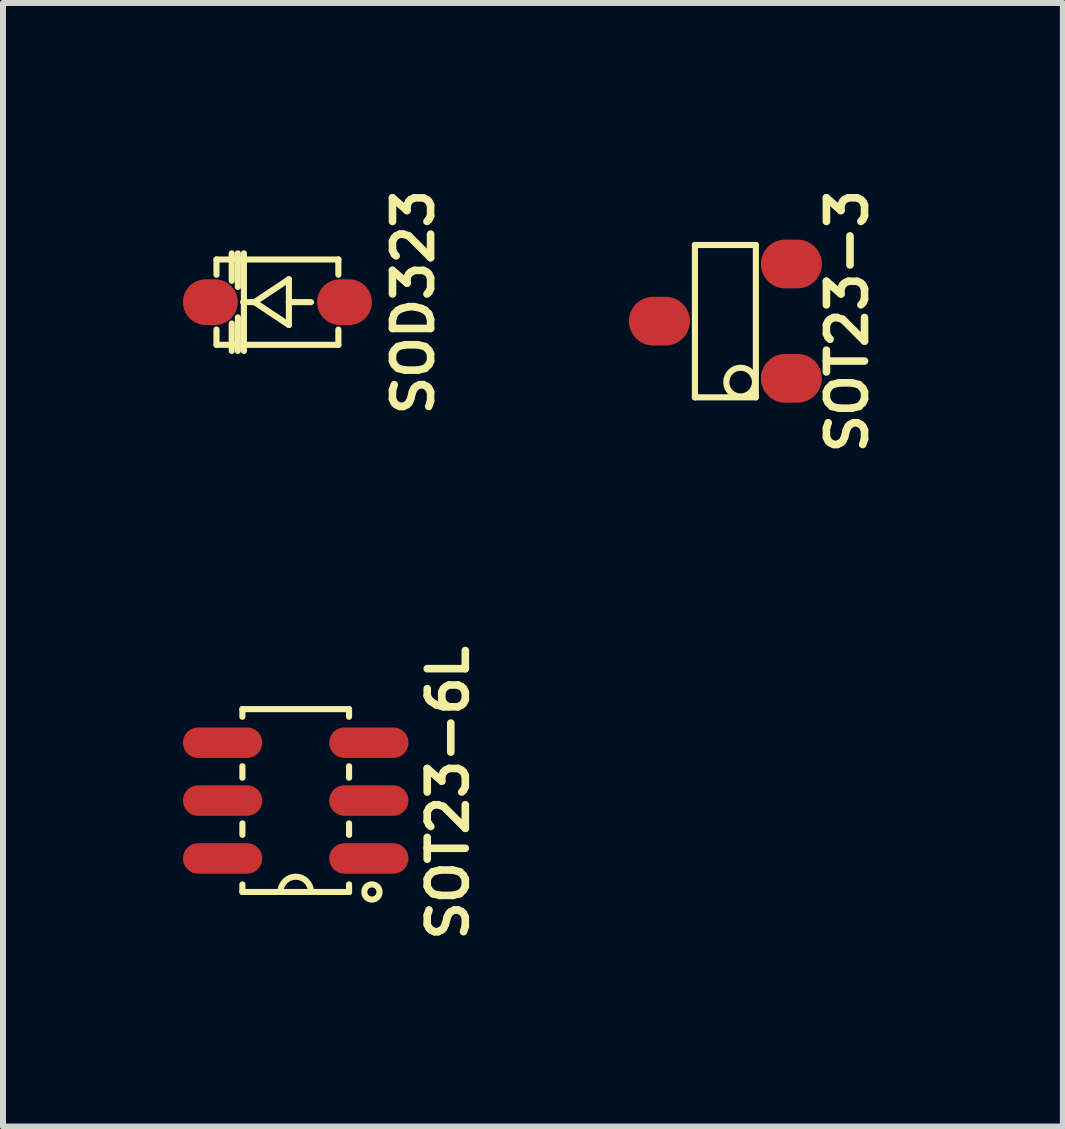
<source format=kicad_pcb>
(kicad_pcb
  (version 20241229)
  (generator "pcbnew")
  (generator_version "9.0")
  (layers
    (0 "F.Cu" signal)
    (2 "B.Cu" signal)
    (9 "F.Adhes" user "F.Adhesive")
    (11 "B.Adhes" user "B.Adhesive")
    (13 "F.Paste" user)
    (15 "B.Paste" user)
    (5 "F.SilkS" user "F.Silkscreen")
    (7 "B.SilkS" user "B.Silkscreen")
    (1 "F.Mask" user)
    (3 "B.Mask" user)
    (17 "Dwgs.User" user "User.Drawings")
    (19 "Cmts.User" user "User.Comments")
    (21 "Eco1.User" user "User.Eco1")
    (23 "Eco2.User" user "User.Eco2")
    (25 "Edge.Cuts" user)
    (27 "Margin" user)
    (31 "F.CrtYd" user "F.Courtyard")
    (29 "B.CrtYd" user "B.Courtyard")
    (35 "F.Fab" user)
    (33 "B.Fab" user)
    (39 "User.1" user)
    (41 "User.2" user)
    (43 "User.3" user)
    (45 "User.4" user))
  (footprint "SOT23-3"
    (layer "F.Cu")
    (at 9.043 2.304)
    (property "Reference" "SOT23-3" (at 2.032 0 270) (layer "F.SilkS") (effects (font (size 0.635 0.635) (thickness 0.127))))
    (attr smd)
    (fp_line (start -0.508 -1.27) (end 0.508 -1.27) (stroke (width 0.102) (type solid)) (layer "F.SilkS"))
    (fp_line (start -0.508 1.27) (end -0.508 -1.27) (stroke (width 0.102) (type solid)) (layer "F.SilkS"))
    (fp_line (start -0.508 1.27) (end 0.508 1.27) (stroke (width 0.102) (type solid)) (layer "F.SilkS"))
    (fp_line (start 0.508 -1.27) (end 0.508 1.27) (stroke (width 0.102) (type solid)) (layer "F.SilkS"))
    (fp_circle (center 0.254 1.016) (end 0.051 1.143) (stroke (width 0.102) (type solid)) (fill no) (layer "F.SilkS"))
    (pad "1" smd oval (at 1.1 0.953 90) (size 0.813 1.016) (layers "F.Cu" "F.Mask" "F.Paste"))
    (pad "2" smd oval (at 1.1 -0.953 90) (size 0.813 1.016) (layers "F.Cu" "F.Mask" "F.Paste"))
    (pad "3" smd oval (at -1.1 0 90) (size 0.813 1.016) (layers "F.Cu" "F.Mask" "F.Paste")))
  (footprint "SOD323"
    (layer "F.Cu")
    (at 1.575 1.987)
    (property "Reference" "SOD323" (at 2.266 0 270) (layer "F.SilkS") (effects (font (size 0.635 0.635) (thickness 0.127))))
    (attr smd)
    (fp_line (start -1.016 -0.711) (end -1.016 -0.457) (stroke (width 0.102) (type solid)) (layer "F.SilkS"))
    (fp_line (start -1.016 -0.711) (end 1.016 -0.711) (stroke (width 0.102) (type solid)) (layer "F.SilkS"))
    (fp_line (start -1.016 0.711) (end -1.016 0.457) (stroke (width 0.102) (type solid)) (layer "F.SilkS"))
    (fp_line (start -0.762 -0.813) (end -0.762 -0.356) (stroke (width 0.102) (type solid)) (layer "F.SilkS"))
    (fp_line (start -0.762 0.356) (end -0.762 0.813) (stroke (width 0.102) (type solid)) (layer "F.SilkS"))
    (fp_line (start -0.66 -0.254) (end -0.66 -0.813) (stroke (width 0.102) (type solid)) (layer "F.SilkS"))
    (fp_line (start -0.66 0.254) (end -0.66 0.813) (stroke (width 0.102) (type solid)) (layer "F.SilkS"))
    (fp_line (start -0.559 -0.813) (end -0.559 0.813) (stroke (width 0.102) (type solid)) (layer "F.SilkS"))
    (fp_line (start -0.381 0) (end -0.572 0) (stroke (width 0.102) (type solid)) (layer "F.SilkS"))
    (fp_line (start -0.381 0) (end 0.191 0.381) (stroke (width 0.102) (type solid)) (layer "F.SilkS"))
    (fp_line (start 0.191 -0.381) (end -0.381 0) (stroke (width 0.102) (type solid)) (layer "F.SilkS"))
    (fp_line (start 0.191 0) (end 0.191 -0.381) (stroke (width 0.102) (type solid)) (layer "F.SilkS"))
    (fp_line (start 0.191 0) (end 0.191 0.381) (stroke (width 0.102) (type solid)) (layer "F.SilkS"))
    (fp_line (start 0.559 0) (end 0.191 0) (stroke (width 0.102) (type solid)) (layer "F.SilkS"))
    (fp_line (start 1.016 -0.711) (end 1.016 -0.457) (stroke (width 0.102) (type solid)) (layer "F.SilkS"))
    (fp_line (start 1.016 0.457) (end 1.016 0.711) (stroke (width 0.102) (type solid)) (layer "F.SilkS"))
    (fp_line (start 1.016 0.711) (end -1.016 0.711) (stroke (width 0.102) (type solid)) (layer "F.SilkS"))
    (pad "1" smd oval (at 1.118 0) (size 0.914 0.762) (layers "F.Cu" "F.Mask" "F.Paste"))
    (pad "2" smd oval (at -1.118 0) (size 0.914 0.762) (layers "F.Cu" "F.Mask" "F.Paste")))
  (footprint "SOT23-6L"
    (layer "F.Cu")
    (at 1.88 10.296)
    (property "Reference" "SOT23-6L" (at 2.54 -0.127 270) (layer "F.SilkS") (effects (font (size 0.635 0.635) (thickness 0.127))))
    (attr smd)
    (fp_line (start -0.889 -1.524) (end -0.889 -1.397) (stroke (width 0.102) (type solid)) (layer "F.SilkS"))
    (fp_line (start -0.889 -1.524) (end 0.889 -1.524) (stroke (width 0.102) (type solid)) (layer "F.SilkS"))
    (fp_line (start -0.889 -0.572) (end -0.889 -0.381) (stroke (width 0.102) (type solid)) (layer "F.SilkS"))
    (fp_line (start -0.889 0.381) (end -0.889 0.572) (stroke (width 0.102) (type solid)) (layer "F.SilkS"))
    (fp_line (start -0.889 1.524) (end -0.889 1.397) (stroke (width 0.102) (type solid)) (layer "F.SilkS"))
    (fp_line (start 0.889 -1.524) (end 0.889 -1.397) (stroke (width 0.102) (type solid)) (layer "F.SilkS"))
    (fp_line (start 0.889 -0.572) (end 0.889 -0.381) (stroke (width 0.102) (type solid)) (layer "F.SilkS"))
    (fp_line (start 0.889 0.381) (end 0.889 0.572) (stroke (width 0.102) (type solid)) (layer "F.SilkS"))
    (fp_line (start 0.889 1.524) (end -0.889 1.524) (stroke (width 0.102) (type solid)) (layer "F.SilkS"))
    (fp_line (start 0.889 1.524) (end 0.889 1.397) (stroke (width 0.102) (type solid)) (layer "F.SilkS"))
    (fp_arc (start -0.254 1.524) (mid 0 1.27) (end 0.254 1.524) (stroke (width 0.1016) (type solid)) (layer "F.SilkS"))
    (fp_circle (center 1.27 1.524) (end 1.27 1.651) (stroke (width 0.102) (type solid)) (fill no) (layer "F.SilkS"))
    (pad "1" smd oval (at 1.219 0.965 90) (size 0.508 1.321) (layers "F.Cu" "F.Mask" "F.Paste"))
    (pad "2" smd oval (at 1.219 0 90) (size 0.508 1.321) (layers "F.Cu" "F.Mask" "F.Paste"))
    (pad "3" smd oval (at 1.219 -0.965 90) (size 0.508 1.321) (layers "F.Cu" "F.Mask" "F.Paste"))
    (pad "4" smd oval (at -1.219 -0.965 90) (size 0.508 1.321) (layers "F.Cu" "F.Mask" "F.Paste"))
    (pad "5" smd oval (at -1.219 0 90) (size 0.508 1.321) (layers "F.Cu" "F.Mask" "F.Paste"))
    (pad "6" smd oval (at -1.219 0.965 90) (size 0.508 1.321) (layers "F.Cu" "F.Mask" "F.Paste")))
  (gr_rect
    (start -3 -3)
    (end 14.669 15.731)
    (stroke (width 0.1) (type default))
    (fill no)
    (layer "Edge.Cuts")))
</source>
